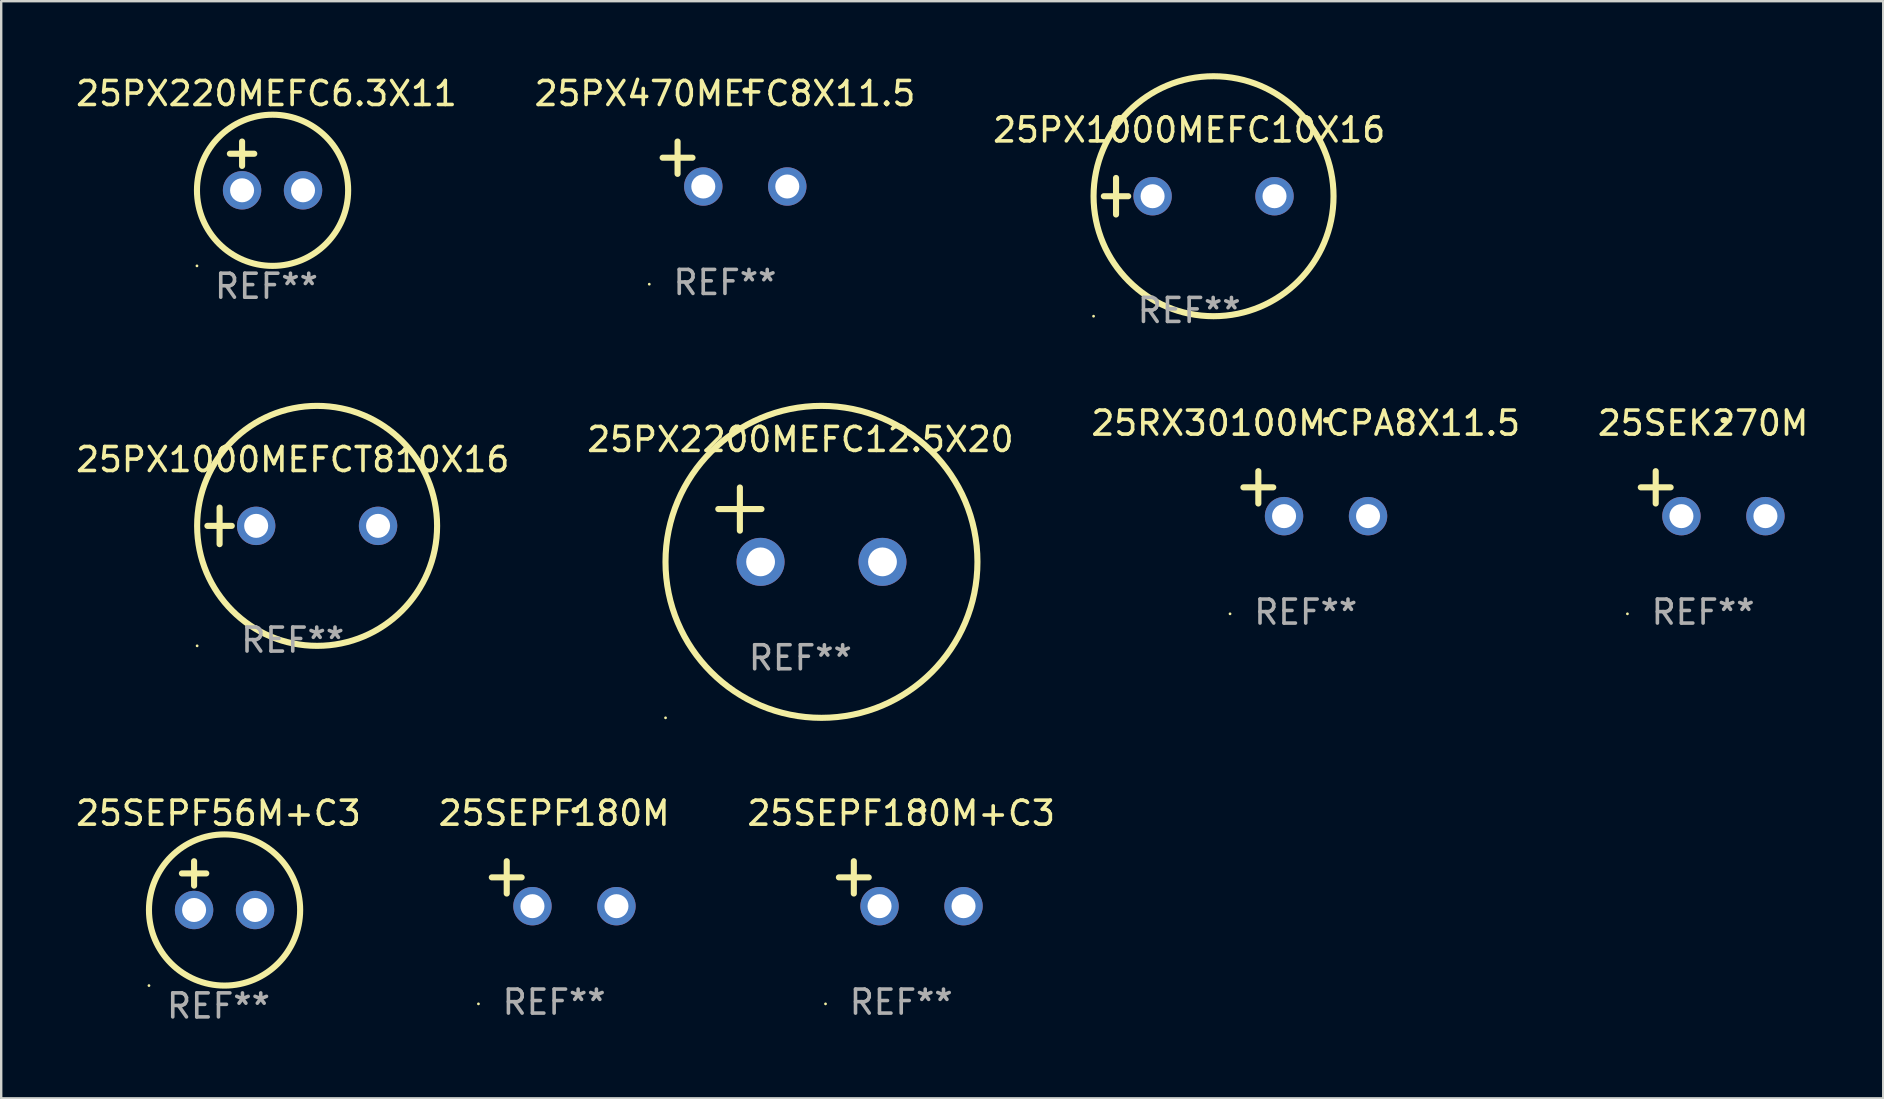
<source format=kicad_pcb>
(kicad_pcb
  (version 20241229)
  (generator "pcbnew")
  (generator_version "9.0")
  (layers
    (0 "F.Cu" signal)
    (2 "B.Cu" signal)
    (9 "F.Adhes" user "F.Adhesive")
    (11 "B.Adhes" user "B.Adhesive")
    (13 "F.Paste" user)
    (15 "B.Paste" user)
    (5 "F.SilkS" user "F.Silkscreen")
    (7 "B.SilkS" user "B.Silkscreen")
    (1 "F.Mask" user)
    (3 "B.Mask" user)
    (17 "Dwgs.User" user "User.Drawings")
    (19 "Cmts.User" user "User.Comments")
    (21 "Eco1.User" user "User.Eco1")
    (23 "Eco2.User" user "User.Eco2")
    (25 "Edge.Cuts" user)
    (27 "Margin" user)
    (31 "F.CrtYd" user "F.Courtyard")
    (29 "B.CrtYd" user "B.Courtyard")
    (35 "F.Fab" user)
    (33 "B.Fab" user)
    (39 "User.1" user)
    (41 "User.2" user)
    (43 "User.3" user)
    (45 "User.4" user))
  (footprint "25PX1000MEFC10X16"
    (layer "F.Cu")
    (at 46.506 5.127)
    (property "Reference" "25PX1000MEFC10X16" (at 0 -2.762 0) (layer "F.SilkS") (effects (font (size 1 1) (thickness 0.15))))
    (attr through_hole)
    (fp_line (start -3.556 0) (end -2.54 0) (stroke (width 0.254) (type solid)) (layer "F.SilkS"))
    (fp_line (start -3.048 -0.762) (end -3.048 0.762) (stroke (width 0.254) (type solid)) (layer "F.SilkS"))
    (fp_circle (center -3.984 5) (end -3.954 5) (stroke (width 0.06) (type solid)) (fill no) (layer "F.SilkS"))
    (fp_circle (center 1.016 0) (end 6.016 0) (stroke (width 0.254) (type solid)) (fill no) (layer "F.SilkS"))
    (fp_text user "REF**" (at 0 4.762 0) (layer "F.Fab") (effects (font (size 1 1) (thickness 0.15))))
    (pad "1" thru_hole circle (at -1.524 0) (size 1.6 1.6) (drill 1) (layers "*.Cu" "*.Mask"))
    (pad "2" thru_hole circle (at 3.556 0) (size 1.6 1.6) (drill 1) (layers "*.Cu" "*.Mask")))
  (footprint "25SEPF56M+C3"
    (layer "F.Cu")
    (at 6.054 33.856)
    (property "Reference" "25SEPF56M+C3" (at 0 -3.016 0) (layer "F.SilkS") (effects (font (size 1 1) (thickness 0.15))))
    (attr through_hole)
    (fp_line (start -1.524 -0.508) (end -0.508 -0.508) (stroke (width 0.254) (type solid)) (layer "F.SilkS"))
    (fp_line (start -1.016 -1.016) (end -1.016 0) (stroke (width 0.254) (type solid)) (layer "F.SilkS"))
    (fp_circle (center -2.896 4.166) (end -2.866 4.166) (stroke (width 0.06) (type solid)) (fill no) (layer "F.SilkS"))
    (fp_circle (center 0.254 1.016) (end 3.404 1.016) (stroke (width 0.254) (type solid)) (fill no) (layer "F.SilkS"))
    (fp_text user "REF**" (at 0 5.016 0) (layer "F.Fab") (effects (font (size 1 1) (thickness 0.15))))
    (pad "1" thru_hole circle (at -1.016 1.016) (size 1.6 1.6) (drill 1) (layers "*.Cu" "*.Mask"))
    (pad "2" thru_hole circle (at 1.524 1.016) (size 1.6 1.6) (drill 1) (layers "*.Cu" "*.Mask")))
  (footprint "25RX30100MCPA8X11.5"
    (layer "F.Cu")
    (at 51.363 17.522)
    (property "Reference" "25RX30100MCPA8X11.5" (at 0 -2.937 0) (layer "F.SilkS") (effects (font (size 1 1) (thickness 0.15))))
    (attr through_hole)
    (fp_line (start -1.975 0.41) (end -1.975 -0.937) (stroke (width 0.254) (type solid)) (layer "F.SilkS"))
    (fp_line (start -1.353 -0.263) (end -2.597 -0.263) (stroke (width 0.254) (type solid)) (layer "F.SilkS"))
    (fp_arc (start 0.849809 -3.063957) (mid 0.885369 -3.064114) (end 0.920929 -3.063957) (stroke (width 0.254001) (type solid)) (layer "F.SilkS"))
    (fp_circle (center -3.154 5.008) (end -3.124 5.008) (stroke (width 0.06) (type solid)) (fill no) (layer "F.SilkS"))
    (fp_text user "REF**" (at 0 4.937 0) (layer "F.Fab") (effects (font (size 1 1) (thickness 0.15))))
    (pad "1" thru_hole circle (at -0.903 0.937) (size 1.6 1.6) (drill 1) (layers "*.Cu" "*.Mask"))
    (pad "2" thru_hole circle (at 2.597 0.937) (size 1.6 1.6) (drill 1) (layers "*.Cu" "*.Mask")))
  (footprint "25PX470MEFC8X11.5"
    (layer "F.Cu")
    (at 27.161 3.785)
    (property "Reference" "25PX470MEFC8X11.5" (at 0 -2.937 0) (layer "F.SilkS") (effects (font (size 1 1) (thickness 0.15))))
    (attr through_hole)
    (fp_line (start -1.975 0.41) (end -1.975 -0.937) (stroke (width 0.254) (type solid)) (layer "F.SilkS"))
    (fp_line (start -1.353 -0.263) (end -2.597 -0.263) (stroke (width 0.254) (type solid)) (layer "F.SilkS"))
    (fp_arc (start 0.849809 -3.063957) (mid 0.885369 -3.064114) (end 0.920929 -3.063957) (stroke (width 0.254001) (type solid)) (layer "F.SilkS"))
    (fp_circle (center -3.154 5.008) (end -3.124 5.008) (stroke (width 0.06) (type solid)) (fill no) (layer "F.SilkS"))
    (fp_text user "REF**" (at 0 4.937 0) (layer "F.Fab") (effects (font (size 1 1) (thickness 0.15))))
    (pad "1" thru_hole circle (at -0.903 0.937) (size 1.6 1.6) (drill 1) (layers "*.Cu" "*.Mask"))
    (pad "2" thru_hole circle (at 2.597 0.937) (size 1.6 1.6) (drill 1) (layers "*.Cu" "*.Mask")))
  (footprint "25PX2200MEFC12.5X20"
    (layer "F.Cu")
    (at 30.304 18.814)
    (property "Reference" "25PX2200MEFC12.5X20" (at 0 -3.55 0) (layer "F.SilkS") (effects (font (size 1 1) (thickness 0.15))))
    (attr through_hole)
    (fp_line (start -3.421 -0.65) (end -1.621 -0.65) (stroke (width 0.254) (type solid)) (layer "F.SilkS"))
    (fp_line (start -2.521 -1.55) (end -2.521 0.25) (stroke (width 0.254) (type solid)) (layer "F.SilkS"))
    (fp_circle (center -5.619 8.05) (end -5.589 8.05) (stroke (width 0.06) (type solid)) (fill no) (layer "F.SilkS"))
    (fp_circle (center 0.879 1.55) (end 7.379 1.55) (stroke (width 0.254) (type solid)) (fill no) (layer "F.SilkS"))
    (fp_text user "REF**" (at 0 5.55 0) (layer "F.Fab") (effects (font (size 1 1) (thickness 0.15))))
    (pad "1" thru_hole circle (at -1.659 1.55) (size 2 2) (drill 1.2) (layers "*.Cu" "*.Mask"))
    (pad "2" thru_hole circle (at 3.421 1.55) (size 2 2) (drill 1.2) (layers "*.Cu" "*.Mask")))
  (footprint "25SEPF180M+C3"
    (layer "F.Cu")
    (at 34.506 33.776)
    (property "Reference" "25SEPF180M+C3" (at 0 -2.937 0) (layer "F.SilkS") (effects (font (size 1 1) (thickness 0.15))))
    (attr through_hole)
    (fp_line (start -1.975 0.41) (end -1.975 -0.937) (stroke (width 0.254) (type solid)) (layer "F.SilkS"))
    (fp_line (start -1.353 -0.263) (end -2.597 -0.263) (stroke (width 0.254) (type solid)) (layer "F.SilkS"))
    (fp_arc (start 0.849809 -3.063957) (mid 0.885369 -3.064114) (end 0.920929 -3.063957) (stroke (width 0.254001) (type solid)) (layer "F.SilkS"))
    (fp_circle (center -3.154 5.008) (end -3.124 5.008) (stroke (width 0.06) (type solid)) (fill no) (layer "F.SilkS"))
    (fp_text user "REF**" (at 0 4.937 0) (layer "F.Fab") (effects (font (size 1 1) (thickness 0.15))))
    (pad "1" thru_hole circle (at -0.903 0.937) (size 1.6 1.6) (drill 1) (layers "*.Cu" "*.Mask"))
    (pad "2" thru_hole circle (at 2.597 0.937) (size 1.6 1.6) (drill 1) (layers "*.Cu" "*.Mask")))
  (footprint "25SEK270M"
    (layer "F.Cu")
    (at 67.923 17.522)
    (property "Reference" "25SEK270M" (at 0 -2.937 0) (layer "F.SilkS") (effects (font (size 1 1) (thickness 0.15))))
    (attr through_hole)
    (fp_line (start -1.975 0.41) (end -1.975 -0.937) (stroke (width 0.254) (type solid)) (layer "F.SilkS"))
    (fp_line (start -1.353 -0.263) (end -2.597 -0.263) (stroke (width 0.254) (type solid)) (layer "F.SilkS"))
    (fp_arc (start 0.849809 -3.063957) (mid 0.885369 -3.064114) (end 0.920929 -3.063957) (stroke (width 0.254001) (type solid)) (layer "F.SilkS"))
    (fp_circle (center -3.154 5.008) (end -3.124 5.008) (stroke (width 0.06) (type solid)) (fill no) (layer "F.SilkS"))
    (fp_text user "REF**" (at 0 4.937 0) (layer "F.Fab") (effects (font (size 1 1) (thickness 0.15))))
    (pad "1" thru_hole circle (at -0.903 0.937) (size 1.6 1.6) (drill 1) (layers "*.Cu" "*.Mask"))
    (pad "2" thru_hole circle (at 2.597 0.937) (size 1.6 1.6) (drill 1) (layers "*.Cu" "*.Mask")))
  (footprint "25PX1000MEFCT810X16"
    (layer "F.Cu")
    (at 9.149 18.864)
    (property "Reference" "25PX1000MEFCT810X16" (at 0 -2.762 0) (layer "F.SilkS") (effects (font (size 1 1) (thickness 0.15))))
    (attr through_hole)
    (fp_line (start -3.556 0) (end -2.54 0) (stroke (width 0.254) (type solid)) (layer "F.SilkS"))
    (fp_line (start -3.048 -0.762) (end -3.048 0.762) (stroke (width 0.254) (type solid)) (layer "F.SilkS"))
    (fp_circle (center -3.984 5) (end -3.954 5) (stroke (width 0.06) (type solid)) (fill no) (layer "F.SilkS"))
    (fp_circle (center 1.016 0) (end 6.016 0) (stroke (width 0.254) (type solid)) (fill no) (layer "F.SilkS"))
    (fp_text user "REF**" (at 0 4.762 0) (layer "F.Fab") (effects (font (size 1 1) (thickness 0.15))))
    (pad "1" thru_hole circle (at -1.524 0) (size 1.6 1.6) (drill 1) (layers "*.Cu" "*.Mask"))
    (pad "2" thru_hole circle (at 3.556 0) (size 1.6 1.6) (drill 1) (layers "*.Cu" "*.Mask")))
  (footprint "25SEPF180M"
    (layer "F.Cu")
    (at 20.042 33.776)
    (property "Reference" "25SEPF180M" (at 0 -2.937 0) (layer "F.SilkS") (effects (font (size 1 1) (thickness 0.15))))
    (attr through_hole)
    (fp_line (start -1.975 0.41) (end -1.975 -0.937) (stroke (width 0.254) (type solid)) (layer "F.SilkS"))
    (fp_line (start -1.353 -0.263) (end -2.597 -0.263) (stroke (width 0.254) (type solid)) (layer "F.SilkS"))
    (fp_arc (start 0.849809 -3.063957) (mid 0.885369 -3.064114) (end 0.920929 -3.063957) (stroke (width 0.254001) (type solid)) (layer "F.SilkS"))
    (fp_circle (center -3.154 5.008) (end -3.124 5.008) (stroke (width 0.06) (type solid)) (fill no) (layer "F.SilkS"))
    (fp_text user "REF**" (at 0 4.937 0) (layer "F.Fab") (effects (font (size 1 1) (thickness 0.15))))
    (pad "1" thru_hole circle (at -0.903 0.937) (size 1.6 1.6) (drill 1) (layers "*.Cu" "*.Mask"))
    (pad "2" thru_hole circle (at 2.597 0.937) (size 1.6 1.6) (drill 1) (layers "*.Cu" "*.Mask")))
  (footprint "25PX220MEFC6.3X11"
    (layer "F.Cu")
    (at 8.054 3.864)
    (property "Reference" "25PX220MEFC6.3X11" (at 0 -3.016 0) (layer "F.SilkS") (effects (font (size 1 1) (thickness 0.15))))
    (attr through_hole)
    (fp_line (start -1.524 -0.508) (end -0.508 -0.508) (stroke (width 0.254) (type solid)) (layer "F.SilkS"))
    (fp_line (start -1.016 -1.016) (end -1.016 0) (stroke (width 0.254) (type solid)) (layer "F.SilkS"))
    (fp_circle (center -2.896 4.166) (end -2.866 4.166) (stroke (width 0.06) (type solid)) (fill no) (layer "F.SilkS"))
    (fp_circle (center 0.254 1.016) (end 3.404 1.016) (stroke (width 0.254) (type solid)) (fill no) (layer "F.SilkS"))
    (fp_text user "REF**" (at 0 5.016 0) (layer "F.Fab") (effects (font (size 1 1) (thickness 0.15))))
    (pad "1" thru_hole circle (at -1.016 1.016) (size 1.6 1.6) (drill 1) (layers "*.Cu" "*.Mask"))
    (pad "2" thru_hole circle (at 1.524 1.016) (size 1.6 1.6) (drill 1) (layers "*.Cu" "*.Mask")))
  (gr_rect
    (start -3 -3)
    (end 75.429 42.72)
    (stroke (width 0.1) (type default))
    (fill no)
    (layer "Edge.Cuts")))
</source>
